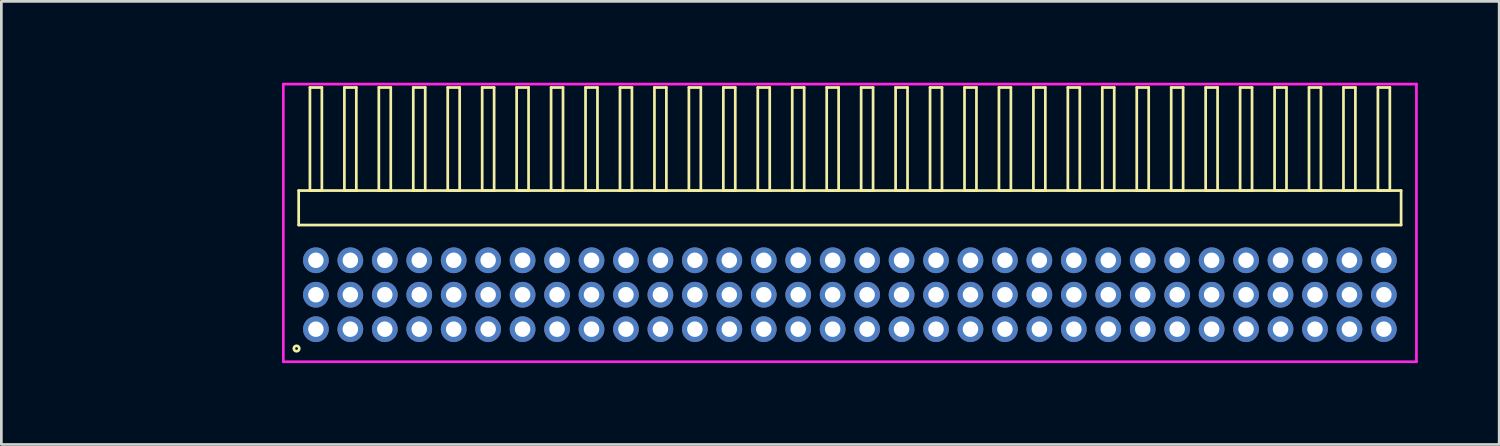
<source format=kicad_pcb>
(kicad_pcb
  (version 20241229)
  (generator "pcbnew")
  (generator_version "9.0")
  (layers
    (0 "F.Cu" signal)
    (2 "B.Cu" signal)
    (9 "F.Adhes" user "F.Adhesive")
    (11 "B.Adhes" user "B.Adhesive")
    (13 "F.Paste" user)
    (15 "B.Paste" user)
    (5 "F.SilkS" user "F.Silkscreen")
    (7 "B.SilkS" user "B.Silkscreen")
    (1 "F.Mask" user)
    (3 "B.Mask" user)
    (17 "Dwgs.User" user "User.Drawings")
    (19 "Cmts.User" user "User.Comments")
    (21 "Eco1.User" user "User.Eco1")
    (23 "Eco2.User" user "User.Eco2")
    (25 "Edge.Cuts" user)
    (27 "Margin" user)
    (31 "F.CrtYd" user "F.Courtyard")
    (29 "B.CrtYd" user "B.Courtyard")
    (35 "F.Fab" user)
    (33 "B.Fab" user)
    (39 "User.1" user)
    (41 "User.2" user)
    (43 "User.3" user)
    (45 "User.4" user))
  (footprint "HDR_RA127P32x3"
    (layer "F.Cu")
    (at 28.28 7.815)
    (property "Reference" "HDR_RA127P32x3" (at -21.635 0 0) (layer "User.1") (effects (font (size 1 1) (thickness 0.1))))
    (attr through_hole)
    (fp_line (start -20.32 -3.84) (end -20.32 -2.57) (stroke (width 0.1) (type solid)) (layer "F.SilkS"))
    (fp_line (start -20.32 -2.57) (end 20.32 -2.57) (stroke (width 0.1) (type solid)) (layer "F.SilkS"))
    (fp_line (start -19.905 -7.64) (end -19.905 -3.84) (stroke (width 0.1) (type solid)) (layer "F.SilkS"))
    (fp_line (start -19.905 -3.84) (end -19.465 -3.84) (stroke (width 0.1) (type solid)) (layer "F.SilkS"))
    (fp_line (start -19.465 -7.64) (end -19.905 -7.64) (stroke (width 0.1) (type solid)) (layer "F.SilkS"))
    (fp_line (start -19.465 -3.84) (end -19.465 -7.64) (stroke (width 0.1) (type solid)) (layer "F.SilkS"))
    (fp_line (start -18.635 -7.64) (end -18.635 -3.84) (stroke (width 0.1) (type solid)) (layer "F.SilkS"))
    (fp_line (start -18.635 -3.84) (end -18.195 -3.84) (stroke (width 0.1) (type solid)) (layer "F.SilkS"))
    (fp_line (start -18.195 -7.64) (end -18.635 -7.64) (stroke (width 0.1) (type solid)) (layer "F.SilkS"))
    (fp_line (start -18.195 -3.84) (end -18.195 -7.64) (stroke (width 0.1) (type solid)) (layer "F.SilkS"))
    (fp_line (start -17.365 -7.64) (end -17.365 -3.84) (stroke (width 0.1) (type solid)) (layer "F.SilkS"))
    (fp_line (start -17.365 -3.84) (end -16.925 -3.84) (stroke (width 0.1) (type solid)) (layer "F.SilkS"))
    (fp_line (start -16.925 -7.64) (end -17.365 -7.64) (stroke (width 0.1) (type solid)) (layer "F.SilkS"))
    (fp_line (start -16.925 -3.84) (end -16.925 -7.64) (stroke (width 0.1) (type solid)) (layer "F.SilkS"))
    (fp_line (start -16.095 -7.64) (end -16.095 -3.84) (stroke (width 0.1) (type solid)) (layer "F.SilkS"))
    (fp_line (start -16.095 -3.84) (end -15.655 -3.84) (stroke (width 0.1) (type solid)) (layer "F.SilkS"))
    (fp_line (start -15.655 -7.64) (end -16.095 -7.64) (stroke (width 0.1) (type solid)) (layer "F.SilkS"))
    (fp_line (start -15.655 -3.84) (end -15.655 -7.64) (stroke (width 0.1) (type solid)) (layer "F.SilkS"))
    (fp_line (start -14.825 -7.64) (end -14.825 -3.84) (stroke (width 0.1) (type solid)) (layer "F.SilkS"))
    (fp_line (start -14.825 -3.84) (end -14.385 -3.84) (stroke (width 0.1) (type solid)) (layer "F.SilkS"))
    (fp_line (start -14.385 -7.64) (end -14.825 -7.64) (stroke (width 0.1) (type solid)) (layer "F.SilkS"))
    (fp_line (start -14.385 -3.84) (end -14.385 -7.64) (stroke (width 0.1) (type solid)) (layer "F.SilkS"))
    (fp_line (start -13.555 -7.64) (end -13.555 -3.84) (stroke (width 0.1) (type solid)) (layer "F.SilkS"))
    (fp_line (start -13.555 -3.84) (end -13.115 -3.84) (stroke (width 0.1) (type solid)) (layer "F.SilkS"))
    (fp_line (start -13.115 -7.64) (end -13.555 -7.64) (stroke (width 0.1) (type solid)) (layer "F.SilkS"))
    (fp_line (start -13.115 -3.84) (end -13.115 -7.64) (stroke (width 0.1) (type solid)) (layer "F.SilkS"))
    (fp_line (start -12.285 -7.64) (end -12.285 -3.84) (stroke (width 0.1) (type solid)) (layer "F.SilkS"))
    (fp_line (start -12.285 -3.84) (end -11.845 -3.84) (stroke (width 0.1) (type solid)) (layer "F.SilkS"))
    (fp_line (start -11.845 -7.64) (end -12.285 -7.64) (stroke (width 0.1) (type solid)) (layer "F.SilkS"))
    (fp_line (start -11.845 -3.84) (end -11.845 -7.64) (stroke (width 0.1) (type solid)) (layer "F.SilkS"))
    (fp_line (start -11.015 -7.64) (end -11.015 -3.84) (stroke (width 0.1) (type solid)) (layer "F.SilkS"))
    (fp_line (start -11.015 -3.84) (end -10.575 -3.84) (stroke (width 0.1) (type solid)) (layer "F.SilkS"))
    (fp_line (start -10.575 -7.64) (end -11.015 -7.64) (stroke (width 0.1) (type solid)) (layer "F.SilkS"))
    (fp_line (start -10.575 -3.84) (end -10.575 -7.64) (stroke (width 0.1) (type solid)) (layer "F.SilkS"))
    (fp_line (start -9.745 -7.64) (end -9.745 -3.84) (stroke (width 0.1) (type solid)) (layer "F.SilkS"))
    (fp_line (start -9.745 -3.84) (end -9.305 -3.84) (stroke (width 0.1) (type solid)) (layer "F.SilkS"))
    (fp_line (start -9.305 -7.64) (end -9.745 -7.64) (stroke (width 0.1) (type solid)) (layer "F.SilkS"))
    (fp_line (start -9.305 -3.84) (end -9.305 -7.64) (stroke (width 0.1) (type solid)) (layer "F.SilkS"))
    (fp_line (start -8.475 -7.64) (end -8.475 -3.84) (stroke (width 0.1) (type solid)) (layer "F.SilkS"))
    (fp_line (start -8.475 -3.84) (end -8.035 -3.84) (stroke (width 0.1) (type solid)) (layer "F.SilkS"))
    (fp_line (start -8.035 -7.64) (end -8.475 -7.64) (stroke (width 0.1) (type solid)) (layer "F.SilkS"))
    (fp_line (start -8.035 -3.84) (end -8.035 -7.64) (stroke (width 0.1) (type solid)) (layer "F.SilkS"))
    (fp_line (start -7.205 -7.64) (end -7.205 -3.84) (stroke (width 0.1) (type solid)) (layer "F.SilkS"))
    (fp_line (start -7.205 -3.84) (end -6.765 -3.84) (stroke (width 0.1) (type solid)) (layer "F.SilkS"))
    (fp_line (start -6.765 -7.64) (end -7.205 -7.64) (stroke (width 0.1) (type solid)) (layer "F.SilkS"))
    (fp_line (start -6.765 -3.84) (end -6.765 -7.64) (stroke (width 0.1) (type solid)) (layer "F.SilkS"))
    (fp_line (start -5.935 -7.64) (end -5.935 -3.84) (stroke (width 0.1) (type solid)) (layer "F.SilkS"))
    (fp_line (start -5.935 -3.84) (end -5.495 -3.84) (stroke (width 0.1) (type solid)) (layer "F.SilkS"))
    (fp_line (start -5.495 -7.64) (end -5.935 -7.64) (stroke (width 0.1) (type solid)) (layer "F.SilkS"))
    (fp_line (start -5.495 -3.84) (end -5.495 -7.64) (stroke (width 0.1) (type solid)) (layer "F.SilkS"))
    (fp_line (start -4.665 -7.64) (end -4.665 -3.84) (stroke (width 0.1) (type solid)) (layer "F.SilkS"))
    (fp_line (start -4.665 -3.84) (end -4.225 -3.84) (stroke (width 0.1) (type solid)) (layer "F.SilkS"))
    (fp_line (start -4.225 -7.64) (end -4.665 -7.64) (stroke (width 0.1) (type solid)) (layer "F.SilkS"))
    (fp_line (start -4.225 -3.84) (end -4.225 -7.64) (stroke (width 0.1) (type solid)) (layer "F.SilkS"))
    (fp_line (start -3.395 -7.64) (end -3.395 -3.84) (stroke (width 0.1) (type solid)) (layer "F.SilkS"))
    (fp_line (start -3.395 -3.84) (end -2.955 -3.84) (stroke (width 0.1) (type solid)) (layer "F.SilkS"))
    (fp_line (start -2.955 -7.64) (end -3.395 -7.64) (stroke (width 0.1) (type solid)) (layer "F.SilkS"))
    (fp_line (start -2.955 -3.84) (end -2.955 -7.64) (stroke (width 0.1) (type solid)) (layer "F.SilkS"))
    (fp_line (start -2.125 -7.64) (end -2.125 -3.84) (stroke (width 0.1) (type solid)) (layer "F.SilkS"))
    (fp_line (start -2.125 -3.84) (end -1.685 -3.84) (stroke (width 0.1) (type solid)) (layer "F.SilkS"))
    (fp_line (start -1.685 -7.64) (end -2.125 -7.64) (stroke (width 0.1) (type solid)) (layer "F.SilkS"))
    (fp_line (start -1.685 -3.84) (end -1.685 -7.64) (stroke (width 0.1) (type solid)) (layer "F.SilkS"))
    (fp_line (start -0.855 -7.64) (end -0.855 -3.84) (stroke (width 0.1) (type solid)) (layer "F.SilkS"))
    (fp_line (start -0.855 -3.84) (end -0.415 -3.84) (stroke (width 0.1) (type solid)) (layer "F.SilkS"))
    (fp_line (start -0.415 -7.64) (end -0.855 -7.64) (stroke (width 0.1) (type solid)) (layer "F.SilkS"))
    (fp_line (start -0.415 -3.84) (end -0.415 -7.64) (stroke (width 0.1) (type solid)) (layer "F.SilkS"))
    (fp_line (start 0.415 -7.64) (end 0.415 -3.84) (stroke (width 0.1) (type solid)) (layer "F.SilkS"))
    (fp_line (start 0.415 -3.84) (end 0.855 -3.84) (stroke (width 0.1) (type solid)) (layer "F.SilkS"))
    (fp_line (start 0.855 -7.64) (end 0.415 -7.64) (stroke (width 0.1) (type solid)) (layer "F.SilkS"))
    (fp_line (start 0.855 -3.84) (end 0.855 -7.64) (stroke (width 0.1) (type solid)) (layer "F.SilkS"))
    (fp_line (start 1.685 -7.64) (end 1.685 -3.84) (stroke (width 0.1) (type solid)) (layer "F.SilkS"))
    (fp_line (start 1.685 -3.84) (end 2.125 -3.84) (stroke (width 0.1) (type solid)) (layer "F.SilkS"))
    (fp_line (start 2.125 -7.64) (end 1.685 -7.64) (stroke (width 0.1) (type solid)) (layer "F.SilkS"))
    (fp_line (start 2.125 -3.84) (end 2.125 -7.64) (stroke (width 0.1) (type solid)) (layer "F.SilkS"))
    (fp_line (start 2.955 -7.64) (end 2.955 -3.84) (stroke (width 0.1) (type solid)) (layer "F.SilkS"))
    (fp_line (start 2.955 -3.84) (end 3.395 -3.84) (stroke (width 0.1) (type solid)) (layer "F.SilkS"))
    (fp_line (start 3.395 -7.64) (end 2.955 -7.64) (stroke (width 0.1) (type solid)) (layer "F.SilkS"))
    (fp_line (start 3.395 -3.84) (end 3.395 -7.64) (stroke (width 0.1) (type solid)) (layer "F.SilkS"))
    (fp_line (start 4.225 -7.64) (end 4.225 -3.84) (stroke (width 0.1) (type solid)) (layer "F.SilkS"))
    (fp_line (start 4.225 -3.84) (end 4.665 -3.84) (stroke (width 0.1) (type solid)) (layer "F.SilkS"))
    (fp_line (start 4.665 -7.64) (end 4.225 -7.64) (stroke (width 0.1) (type solid)) (layer "F.SilkS"))
    (fp_line (start 4.665 -3.84) (end 4.665 -7.64) (stroke (width 0.1) (type solid)) (layer "F.SilkS"))
    (fp_line (start 5.495 -7.64) (end 5.495 -3.84) (stroke (width 0.1) (type solid)) (layer "F.SilkS"))
    (fp_line (start 5.495 -3.84) (end 5.935 -3.84) (stroke (width 0.1) (type solid)) (layer "F.SilkS"))
    (fp_line (start 5.935 -7.64) (end 5.495 -7.64) (stroke (width 0.1) (type solid)) (layer "F.SilkS"))
    (fp_line (start 5.935 -3.84) (end 5.935 -7.64) (stroke (width 0.1) (type solid)) (layer "F.SilkS"))
    (fp_line (start 6.765 -7.64) (end 6.765 -3.84) (stroke (width 0.1) (type solid)) (layer "F.SilkS"))
    (fp_line (start 6.765 -3.84) (end 7.205 -3.84) (stroke (width 0.1) (type solid)) (layer "F.SilkS"))
    (fp_line (start 7.205 -7.64) (end 6.765 -7.64) (stroke (width 0.1) (type solid)) (layer "F.SilkS"))
    (fp_line (start 7.205 -3.84) (end 7.205 -7.64) (stroke (width 0.1) (type solid)) (layer "F.SilkS"))
    (fp_line (start 8.035 -7.64) (end 8.035 -3.84) (stroke (width 0.1) (type solid)) (layer "F.SilkS"))
    (fp_line (start 8.035 -3.84) (end 8.475 -3.84) (stroke (width 0.1) (type solid)) (layer "F.SilkS"))
    (fp_line (start 8.475 -7.64) (end 8.035 -7.64) (stroke (width 0.1) (type solid)) (layer "F.SilkS"))
    (fp_line (start 8.475 -3.84) (end 8.475 -7.64) (stroke (width 0.1) (type solid)) (layer "F.SilkS"))
    (fp_line (start 9.305 -7.64) (end 9.305 -3.84) (stroke (width 0.1) (type solid)) (layer "F.SilkS"))
    (fp_line (start 9.305 -3.84) (end 9.745 -3.84) (stroke (width 0.1) (type solid)) (layer "F.SilkS"))
    (fp_line (start 9.745 -7.64) (end 9.305 -7.64) (stroke (width 0.1) (type solid)) (layer "F.SilkS"))
    (fp_line (start 9.745 -3.84) (end 9.745 -7.64) (stroke (width 0.1) (type solid)) (layer "F.SilkS"))
    (fp_line (start 10.575 -7.64) (end 10.575 -3.84) (stroke (width 0.1) (type solid)) (layer "F.SilkS"))
    (fp_line (start 10.575 -3.84) (end 11.015 -3.84) (stroke (width 0.1) (type solid)) (layer "F.SilkS"))
    (fp_line (start 11.015 -7.64) (end 10.575 -7.64) (stroke (width 0.1) (type solid)) (layer "F.SilkS"))
    (fp_line (start 11.015 -3.84) (end 11.015 -7.64) (stroke (width 0.1) (type solid)) (layer "F.SilkS"))
    (fp_line (start 11.845 -7.64) (end 11.845 -3.84) (stroke (width 0.1) (type solid)) (layer "F.SilkS"))
    (fp_line (start 11.845 -3.84) (end 12.285 -3.84) (stroke (width 0.1) (type solid)) (layer "F.SilkS"))
    (fp_line (start 12.285 -7.64) (end 11.845 -7.64) (stroke (width 0.1) (type solid)) (layer "F.SilkS"))
    (fp_line (start 12.285 -3.84) (end 12.285 -7.64) (stroke (width 0.1) (type solid)) (layer "F.SilkS"))
    (fp_line (start 13.115 -7.64) (end 13.115 -3.84) (stroke (width 0.1) (type solid)) (layer "F.SilkS"))
    (fp_line (start 13.115 -3.84) (end 13.555 -3.84) (stroke (width 0.1) (type solid)) (layer "F.SilkS"))
    (fp_line (start 13.555 -7.64) (end 13.115 -7.64) (stroke (width 0.1) (type solid)) (layer "F.SilkS"))
    (fp_line (start 13.555 -3.84) (end 13.555 -7.64) (stroke (width 0.1) (type solid)) (layer "F.SilkS"))
    (fp_line (start 14.385 -7.64) (end 14.385 -3.84) (stroke (width 0.1) (type solid)) (layer "F.SilkS"))
    (fp_line (start 14.385 -3.84) (end 14.825 -3.84) (stroke (width 0.1) (type solid)) (layer "F.SilkS"))
    (fp_line (start 14.825 -7.64) (end 14.385 -7.64) (stroke (width 0.1) (type solid)) (layer "F.SilkS"))
    (fp_line (start 14.825 -3.84) (end 14.825 -7.64) (stroke (width 0.1) (type solid)) (layer "F.SilkS"))
    (fp_line (start 15.655 -7.64) (end 15.655 -3.84) (stroke (width 0.1) (type solid)) (layer "F.SilkS"))
    (fp_line (start 15.655 -3.84) (end 16.095 -3.84) (stroke (width 0.1) (type solid)) (layer "F.SilkS"))
    (fp_line (start 16.095 -7.64) (end 15.655 -7.64) (stroke (width 0.1) (type solid)) (layer "F.SilkS"))
    (fp_line (start 16.095 -3.84) (end 16.095 -7.64) (stroke (width 0.1) (type solid)) (layer "F.SilkS"))
    (fp_line (start 16.925 -7.64) (end 16.925 -3.84) (stroke (width 0.1) (type solid)) (layer "F.SilkS"))
    (fp_line (start 16.925 -3.84) (end 17.365 -3.84) (stroke (width 0.1) (type solid)) (layer "F.SilkS"))
    (fp_line (start 17.365 -7.64) (end 16.925 -7.64) (stroke (width 0.1) (type solid)) (layer "F.SilkS"))
    (fp_line (start 17.365 -3.84) (end 17.365 -7.64) (stroke (width 0.1) (type solid)) (layer "F.SilkS"))
    (fp_line (start 18.195 -7.64) (end 18.195 -3.84) (stroke (width 0.1) (type solid)) (layer "F.SilkS"))
    (fp_line (start 18.195 -3.84) (end 18.635 -3.84) (stroke (width 0.1) (type solid)) (layer "F.SilkS"))
    (fp_line (start 18.635 -7.64) (end 18.195 -7.64) (stroke (width 0.1) (type solid)) (layer "F.SilkS"))
    (fp_line (start 18.635 -3.84) (end 18.635 -7.64) (stroke (width 0.1) (type solid)) (layer "F.SilkS"))
    (fp_line (start 19.465 -7.64) (end 19.465 -3.84) (stroke (width 0.1) (type solid)) (layer "F.SilkS"))
    (fp_line (start 19.465 -3.84) (end 19.905 -3.84) (stroke (width 0.1) (type solid)) (layer "F.SilkS"))
    (fp_line (start 19.905 -7.64) (end 19.465 -7.64) (stroke (width 0.1) (type solid)) (layer "F.SilkS"))
    (fp_line (start 19.905 -3.84) (end 19.905 -7.64) (stroke (width 0.1) (type solid)) (layer "F.SilkS"))
    (fp_line (start 20.32 -3.84) (end -20.32 -3.84) (stroke (width 0.1) (type solid)) (layer "F.SilkS"))
    (fp_line (start 20.32 -2.57) (end 20.32 -3.84) (stroke (width 0.1) (type solid)) (layer "F.SilkS"))
    (fp_circle (center -20.398 1.983) (end -20.297 1.983) (stroke (width 0.1) (type solid)) (fill no) (layer "F.SilkS"))
    (fp_line (start -20.885 -7.765) (end -20.885 2.47) (stroke (width 0.1) (type solid)) (layer "F.CrtYd"))
    (fp_line (start -20.885 2.47) (end 20.885 2.47) (stroke (width 0.1) (type solid)) (layer "F.CrtYd"))
    (fp_line (start 20.885 -7.765) (end -20.885 -7.765) (stroke (width 0.1) (type solid)) (layer "F.CrtYd"))
    (fp_line (start 20.885 2.47) (end 20.885 -7.765) (stroke (width 0.1) (type solid)) (layer "F.CrtYd"))
    (pad "1" thru_hole oval (at -19.685 1.27) (size 0.95 0.95) (drill 0.57) (layers "*.Cu" "*.Mask"))
    (pad "2" thru_hole oval (at -19.685 0) (size 0.95 0.95) (drill 0.57) (layers "*.Cu" "*.Mask"))
    (pad "3" thru_hole oval (at -19.685 -1.27) (size 0.95 0.95) (drill 0.57) (layers "*.Cu" "*.Mask"))
    (pad "4" thru_hole oval (at -18.415 1.27) (size 0.95 0.95) (drill 0.57) (layers "*.Cu" "*.Mask"))
    (pad "5" thru_hole oval (at -18.415 0) (size 0.95 0.95) (drill 0.57) (layers "*.Cu" "*.Mask"))
    (pad "6" thru_hole oval (at -18.415 -1.27) (size 0.95 0.95) (drill 0.57) (layers "*.Cu" "*.Mask"))
    (pad "7" thru_hole oval (at -17.145 1.27) (size 0.95 0.95) (drill 0.57) (layers "*.Cu" "*.Mask"))
    (pad "8" thru_hole oval (at -17.145 0) (size 0.95 0.95) (drill 0.57) (layers "*.Cu" "*.Mask"))
    (pad "9" thru_hole oval (at -17.145 -1.27) (size 0.95 0.95) (drill 0.57) (layers "*.Cu" "*.Mask"))
    (pad "10" thru_hole oval (at -15.875 1.27) (size 0.95 0.95) (drill 0.57) (layers "*.Cu" "*.Mask"))
    (pad "11" thru_hole oval (at -15.875 0) (size 0.95 0.95) (drill 0.57) (layers "*.Cu" "*.Mask"))
    (pad "12" thru_hole oval (at -15.875 -1.27) (size 0.95 0.95) (drill 0.57) (layers "*.Cu" "*.Mask"))
    (pad "13" thru_hole oval (at -14.605 1.27) (size 0.95 0.95) (drill 0.57) (layers "*.Cu" "*.Mask"))
    (pad "14" thru_hole oval (at -14.605 0) (size 0.95 0.95) (drill 0.57) (layers "*.Cu" "*.Mask"))
    (pad "15" thru_hole oval (at -14.605 -1.27) (size 0.95 0.95) (drill 0.57) (layers "*.Cu" "*.Mask"))
    (pad "16" thru_hole oval (at -13.335 1.27) (size 0.95 0.95) (drill 0.57) (layers "*.Cu" "*.Mask"))
    (pad "17" thru_hole oval (at -13.335 0) (size 0.95 0.95) (drill 0.57) (layers "*.Cu" "*.Mask"))
    (pad "18" thru_hole oval (at -13.335 -1.27) (size 0.95 0.95) (drill 0.57) (layers "*.Cu" "*.Mask"))
    (pad "19" thru_hole oval (at -12.065 1.27) (size 0.95 0.95) (drill 0.57) (layers "*.Cu" "*.Mask"))
    (pad "20" thru_hole oval (at -12.065 0) (size 0.95 0.95) (drill 0.57) (layers "*.Cu" "*.Mask"))
    (pad "21" thru_hole oval (at -12.065 -1.27) (size 0.95 0.95) (drill 0.57) (layers "*.Cu" "*.Mask"))
    (pad "22" thru_hole oval (at -10.795 1.27) (size 0.95 0.95) (drill 0.57) (layers "*.Cu" "*.Mask"))
    (pad "23" thru_hole oval (at -10.795 0) (size 0.95 0.95) (drill 0.57) (layers "*.Cu" "*.Mask"))
    (pad "24" thru_hole oval (at -10.795 -1.27) (size 0.95 0.95) (drill 0.57) (layers "*.Cu" "*.Mask"))
    (pad "25" thru_hole oval (at -9.525 1.27) (size 0.95 0.95) (drill 0.57) (layers "*.Cu" "*.Mask"))
    (pad "26" thru_hole oval (at -9.525 0) (size 0.95 0.95) (drill 0.57) (layers "*.Cu" "*.Mask"))
    (pad "27" thru_hole oval (at -9.525 -1.27) (size 0.95 0.95) (drill 0.57) (layers "*.Cu" "*.Mask"))
    (pad "28" thru_hole oval (at -8.255 1.27) (size 0.95 0.95) (drill 0.57) (layers "*.Cu" "*.Mask"))
    (pad "29" thru_hole oval (at -8.255 0) (size 0.95 0.95) (drill 0.57) (layers "*.Cu" "*.Mask"))
    (pad "30" thru_hole oval (at -8.255 -1.27) (size 0.95 0.95) (drill 0.57) (layers "*.Cu" "*.Mask"))
    (pad "31" thru_hole oval (at -6.985 1.27) (size 0.95 0.95) (drill 0.57) (layers "*.Cu" "*.Mask"))
    (pad "32" thru_hole oval (at -6.985 0) (size 0.95 0.95) (drill 0.57) (layers "*.Cu" "*.Mask"))
    (pad "33" thru_hole oval (at -6.985 -1.27) (size 0.95 0.95) (drill 0.57) (layers "*.Cu" "*.Mask"))
    (pad "34" thru_hole oval (at -5.715 1.27) (size 0.95 0.95) (drill 0.57) (layers "*.Cu" "*.Mask"))
    (pad "35" thru_hole oval (at -5.715 0) (size 0.95 0.95) (drill 0.57) (layers "*.Cu" "*.Mask"))
    (pad "36" thru_hole oval (at -5.715 -1.27) (size 0.95 0.95) (drill 0.57) (layers "*.Cu" "*.Mask"))
    (pad "37" thru_hole oval (at -4.445 1.27) (size 0.95 0.95) (drill 0.57) (layers "*.Cu" "*.Mask"))
    (pad "38" thru_hole oval (at -4.445 0) (size 0.95 0.95) (drill 0.57) (layers "*.Cu" "*.Mask"))
    (pad "39" thru_hole oval (at -4.445 -1.27) (size 0.95 0.95) (drill 0.57) (layers "*.Cu" "*.Mask"))
    (pad "40" thru_hole oval (at -3.175 1.27) (size 0.95 0.95) (drill 0.57) (layers "*.Cu" "*.Mask"))
    (pad "41" thru_hole oval (at -3.175 0) (size 0.95 0.95) (drill 0.57) (layers "*.Cu" "*.Mask"))
    (pad "42" thru_hole oval (at -3.175 -1.27) (size 0.95 0.95) (drill 0.57) (layers "*.Cu" "*.Mask"))
    (pad "43" thru_hole oval (at -1.905 1.27) (size 0.95 0.95) (drill 0.57) (layers "*.Cu" "*.Mask"))
    (pad "44" thru_hole oval (at -1.905 0) (size 0.95 0.95) (drill 0.57) (layers "*.Cu" "*.Mask"))
    (pad "45" thru_hole oval (at -1.905 -1.27) (size 0.95 0.95) (drill 0.57) (layers "*.Cu" "*.Mask"))
    (pad "46" thru_hole oval (at -0.635 1.27) (size 0.95 0.95) (drill 0.57) (layers "*.Cu" "*.Mask"))
    (pad "47" thru_hole oval (at -0.635 0) (size 0.95 0.95) (drill 0.57) (layers "*.Cu" "*.Mask"))
    (pad "48" thru_hole oval (at -0.635 -1.27) (size 0.95 0.95) (drill 0.57) (layers "*.Cu" "*.Mask"))
    (pad "49" thru_hole oval (at 0.635 1.27) (size 0.95 0.95) (drill 0.57) (layers "*.Cu" "*.Mask"))
    (pad "50" thru_hole oval (at 0.635 0) (size 0.95 0.95) (drill 0.57) (layers "*.Cu" "*.Mask"))
    (pad "51" thru_hole oval (at 0.635 -1.27) (size 0.95 0.95) (drill 0.57) (layers "*.Cu" "*.Mask"))
    (pad "52" thru_hole oval (at 1.905 1.27) (size 0.95 0.95) (drill 0.57) (layers "*.Cu" "*.Mask"))
    (pad "53" thru_hole oval (at 1.905 0) (size 0.95 0.95) (drill 0.57) (layers "*.Cu" "*.Mask"))
    (pad "54" thru_hole oval (at 1.905 -1.27) (size 0.95 0.95) (drill 0.57) (layers "*.Cu" "*.Mask"))
    (pad "55" thru_hole oval (at 3.175 1.27) (size 0.95 0.95) (drill 0.57) (layers "*.Cu" "*.Mask"))
    (pad "56" thru_hole oval (at 3.175 0) (size 0.95 0.95) (drill 0.57) (layers "*.Cu" "*.Mask"))
    (pad "57" thru_hole oval (at 3.175 -1.27) (size 0.95 0.95) (drill 0.57) (layers "*.Cu" "*.Mask"))
    (pad "58" thru_hole oval (at 4.445 1.27) (size 0.95 0.95) (drill 0.57) (layers "*.Cu" "*.Mask"))
    (pad "59" thru_hole oval (at 4.445 0) (size 0.95 0.95) (drill 0.57) (layers "*.Cu" "*.Mask"))
    (pad "60" thru_hole oval (at 4.445 -1.27) (size 0.95 0.95) (drill 0.57) (layers "*.Cu" "*.Mask"))
    (pad "61" thru_hole oval (at 5.715 1.27) (size 0.95 0.95) (drill 0.57) (layers "*.Cu" "*.Mask"))
    (pad "62" thru_hole oval (at 5.715 0) (size 0.95 0.95) (drill 0.57) (layers "*.Cu" "*.Mask"))
    (pad "63" thru_hole oval (at 5.715 -1.27) (size 0.95 0.95) (drill 0.57) (layers "*.Cu" "*.Mask"))
    (pad "64" thru_hole oval (at 6.985 1.27) (size 0.95 0.95) (drill 0.57) (layers "*.Cu" "*.Mask"))
    (pad "65" thru_hole oval (at 6.985 0) (size 0.95 0.95) (drill 0.57) (layers "*.Cu" "*.Mask"))
    (pad "66" thru_hole oval (at 6.985 -1.27) (size 0.95 0.95) (drill 0.57) (layers "*.Cu" "*.Mask"))
    (pad "67" thru_hole oval (at 8.255 1.27) (size 0.95 0.95) (drill 0.57) (layers "*.Cu" "*.Mask"))
    (pad "68" thru_hole oval (at 8.255 0) (size 0.95 0.95) (drill 0.57) (layers "*.Cu" "*.Mask"))
    (pad "69" thru_hole oval (at 8.255 -1.27) (size 0.95 0.95) (drill 0.57) (layers "*.Cu" "*.Mask"))
    (pad "70" thru_hole oval (at 9.525 1.27) (size 0.95 0.95) (drill 0.57) (layers "*.Cu" "*.Mask"))
    (pad "71" thru_hole oval (at 9.525 0) (size 0.95 0.95) (drill 0.57) (layers "*.Cu" "*.Mask"))
    (pad "72" thru_hole oval (at 9.525 -1.27) (size 0.95 0.95) (drill 0.57) (layers "*.Cu" "*.Mask"))
    (pad "73" thru_hole oval (at 10.795 1.27) (size 0.95 0.95) (drill 0.57) (layers "*.Cu" "*.Mask"))
    (pad "74" thru_hole oval (at 10.795 0) (size 0.95 0.95) (drill 0.57) (layers "*.Cu" "*.Mask"))
    (pad "75" thru_hole oval (at 10.795 -1.27) (size 0.95 0.95) (drill 0.57) (layers "*.Cu" "*.Mask"))
    (pad "76" thru_hole oval (at 12.065 1.27) (size 0.95 0.95) (drill 0.57) (layers "*.Cu" "*.Mask"))
    (pad "77" thru_hole oval (at 12.065 0) (size 0.95 0.95) (drill 0.57) (layers "*.Cu" "*.Mask"))
    (pad "78" thru_hole oval (at 12.065 -1.27) (size 0.95 0.95) (drill 0.57) (layers "*.Cu" "*.Mask"))
    (pad "79" thru_hole oval (at 13.335 1.27) (size 0.95 0.95) (drill 0.57) (layers "*.Cu" "*.Mask"))
    (pad "80" thru_hole oval (at 13.335 0) (size 0.95 0.95) (drill 0.57) (layers "*.Cu" "*.Mask"))
    (pad "81" thru_hole oval (at 13.335 -1.27) (size 0.95 0.95) (drill 0.57) (layers "*.Cu" "*.Mask"))
    (pad "82" thru_hole oval (at 14.605 1.27) (size 0.95 0.95) (drill 0.57) (layers "*.Cu" "*.Mask"))
    (pad "83" thru_hole oval (at 14.605 0) (size 0.95 0.95) (drill 0.57) (layers "*.Cu" "*.Mask"))
    (pad "84" thru_hole oval (at 14.605 -1.27) (size 0.95 0.95) (drill 0.57) (layers "*.Cu" "*.Mask"))
    (pad "85" thru_hole oval (at 15.875 1.27) (size 0.95 0.95) (drill 0.57) (layers "*.Cu" "*.Mask"))
    (pad "86" thru_hole oval (at 15.875 0) (size 0.95 0.95) (drill 0.57) (layers "*.Cu" "*.Mask"))
    (pad "87" thru_hole oval (at 15.875 -1.27) (size 0.95 0.95) (drill 0.57) (layers "*.Cu" "*.Mask"))
    (pad "88" thru_hole oval (at 17.145 1.27) (size 0.95 0.95) (drill 0.57) (layers "*.Cu" "*.Mask"))
    (pad "89" thru_hole oval (at 17.145 0) (size 0.95 0.95) (drill 0.57) (layers "*.Cu" "*.Mask"))
    (pad "90" thru_hole oval (at 17.145 -1.27) (size 0.95 0.95) (drill 0.57) (layers "*.Cu" "*.Mask"))
    (pad "91" thru_hole oval (at 18.415 1.27) (size 0.95 0.95) (drill 0.57) (layers "*.Cu" "*.Mask"))
    (pad "92" thru_hole oval (at 18.415 0) (size 0.95 0.95) (drill 0.57) (layers "*.Cu" "*.Mask"))
    (pad "93" thru_hole oval (at 18.415 -1.27) (size 0.95 0.95) (drill 0.57) (layers "*.Cu" "*.Mask"))
    (pad "94" thru_hole oval (at 19.685 1.27) (size 0.95 0.95) (drill 0.57) (layers "*.Cu" "*.Mask"))
    (pad "95" thru_hole oval (at 19.685 0) (size 0.95 0.95) (drill 0.57) (layers "*.Cu" "*.Mask"))
    (pad "96" thru_hole oval (at 19.685 -1.27) (size 0.95 0.95) (drill 0.57) (layers "*.Cu" "*.Mask")))
  (gr_rect
    (start -3 -3)
    (end 52.215 13.335)
    (stroke (width 0.1) (type default))
    (fill no)
    (layer "Edge.Cuts")))
</source>
